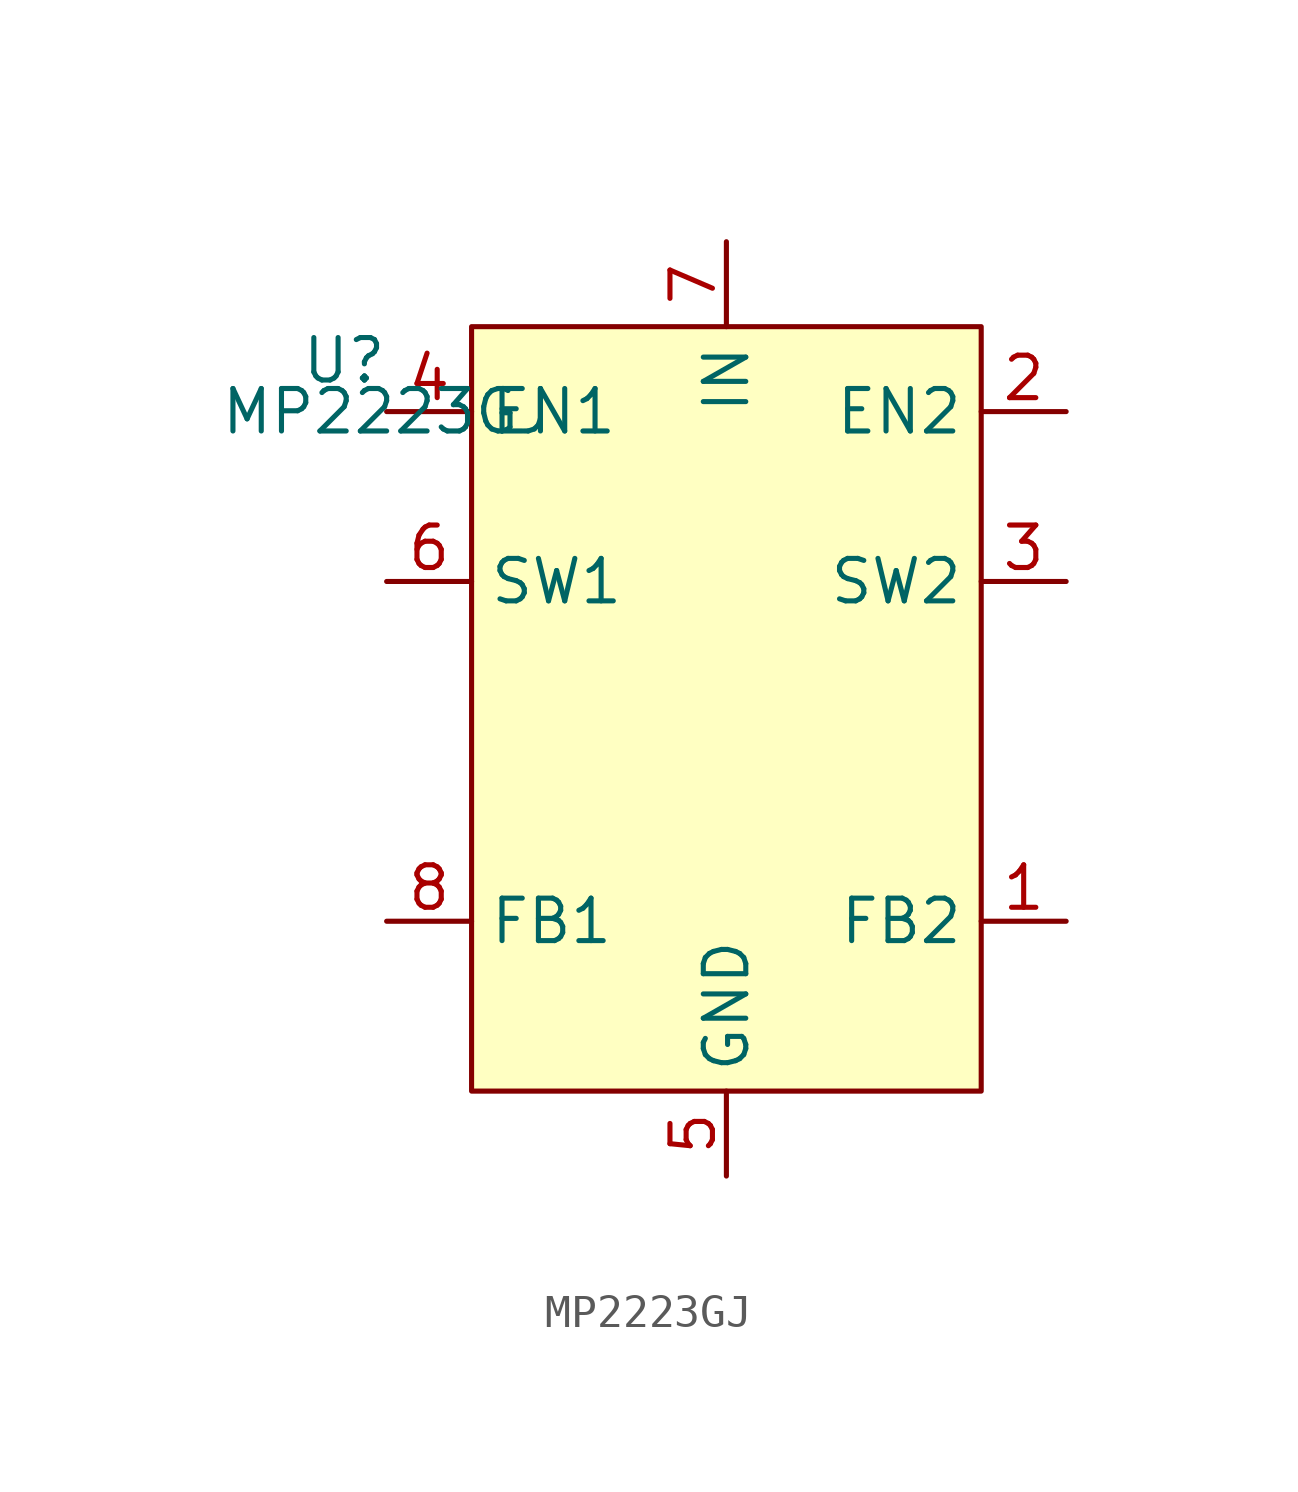
<source format=kicad_sym>
(kicad_symbol_lib
  (version 20220914)
  (generator kicad_symbol_editor)
  (symbol "MP2223GJ"
    (property "Reference" "U"
      (at -1.27 1.524 0)
      (effects (font (size 1.27 1.27))))
    (property "Value" "MP2223GJ"
      (at 0 0 0)
      (effects (font (size 1.27 1.27))))
    (symbol "MP2223GJ_0_0"
      (pin input line (at 20.32 -15.24 180) (length 2.54) (name "FB2" (effects (font (size 1.27 1.27)))) (number "1" (effects (font (size 1.27 1.27)))))
      (pin input line (at 20.32 0 180) (length 2.54) (name "EN2" (effects (font (size 1.27 1.27)))) (number "2" (effects (font (size 1.27 1.27)))))
      (pin power_out line (at 20.32 -5.08 180) (length 2.54) (name "SW2" (effects (font (size 1.27 1.27)))) (number "3" (effects (font (size 1.27 1.27)))))
      (pin output line (at 0 0 0) (length 2.54) (name "EN1" (effects (font (size 1.27 1.27)))) (number "4" (effects (font (size 1.27 1.27)))))
      (pin power_in line (at 10.16 -22.86 90) (length 2.54) (name "GND" (effects (font (size 1.27 1.27)))) (number "5" (effects (font (size 1.27 1.27)))))
      (pin power_out line (at 0 -5.08 0) (length 2.54) (name "SW1" (effects (font (size 1.27 1.27)))) (number "6" (effects (font (size 1.27 1.27)))))
      (pin power_in line (at 10.16 5.08 270) (length 2.54) (name "IN" (effects (font (size 1.27 1.27)))) (number "7" (effects (font (size 1.27 1.27)))))
      (pin input line (at 0 -15.24 0) (length 2.54) (name "FB1" (effects (font (size 1.27 1.27)))) (number "8" (effects (font (size 1.27 1.27))))))
    (symbol "MP2223GJ_0_1"
      (rectangle (start 2.54 2.54) (end 17.78 -20.32) (stroke (width 0) (type default)) (fill (type background))))))
</source>
